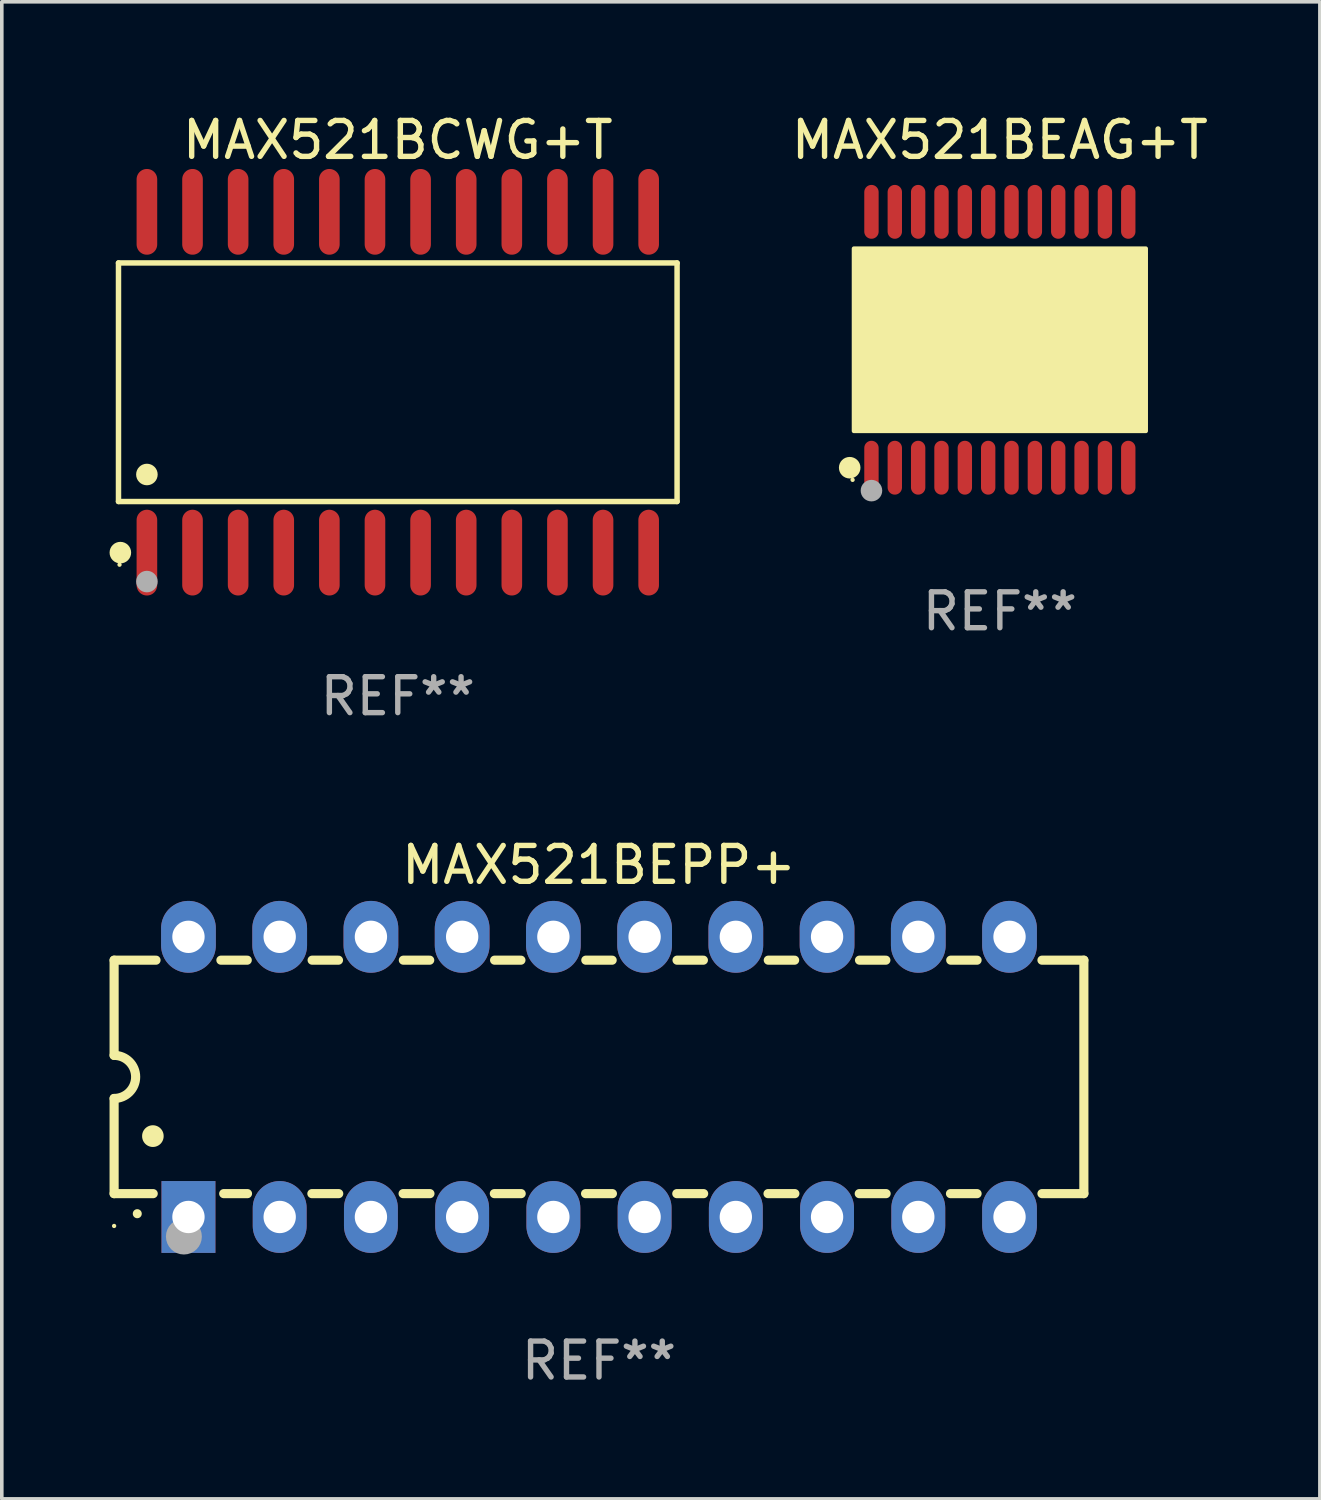
<source format=kicad_pcb>
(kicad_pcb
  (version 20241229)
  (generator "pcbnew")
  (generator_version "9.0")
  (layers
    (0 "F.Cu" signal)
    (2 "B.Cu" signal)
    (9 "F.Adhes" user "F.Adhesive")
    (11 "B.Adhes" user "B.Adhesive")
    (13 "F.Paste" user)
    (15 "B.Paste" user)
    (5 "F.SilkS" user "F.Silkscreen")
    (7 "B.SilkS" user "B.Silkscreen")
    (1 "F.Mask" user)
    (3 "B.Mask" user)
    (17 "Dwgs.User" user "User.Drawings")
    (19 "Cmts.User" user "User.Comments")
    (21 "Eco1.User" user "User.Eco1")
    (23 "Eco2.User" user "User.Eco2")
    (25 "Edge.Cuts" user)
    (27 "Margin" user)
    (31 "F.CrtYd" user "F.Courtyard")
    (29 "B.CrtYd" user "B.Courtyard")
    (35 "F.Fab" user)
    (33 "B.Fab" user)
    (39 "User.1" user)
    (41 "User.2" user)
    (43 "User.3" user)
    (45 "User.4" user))
  (footprint "MAX521BCWG+T"
    (layer "F.Cu")
    (at 8.025 7.592)
    (property "Reference" "MAX521BCWG+T" (at 0 -6.744 0) (layer "F.SilkS") (effects (font (size 1 1) (thickness 0.15))))
    (attr through_hole)
    (fp_line (start -7.776 -3.321) (end 7.776 -3.321) (stroke (width 0.152) (type solid)) (layer "F.SilkS"))
    (fp_line (start -7.776 3.321) (end -7.776 -3.321) (stroke (width 0.152) (type solid)) (layer "F.SilkS"))
    (fp_line (start 7.776 -3.321) (end 7.776 3.321) (stroke (width 0.152) (type solid)) (layer "F.SilkS"))
    (fp_line (start 7.776 3.321) (end -7.776 3.321) (stroke (width 0.152) (type solid)) (layer "F.SilkS"))
    (fp_circle (center -7.747 5.08) (end -7.717 5.08) (stroke (width 0.06) (type solid)) (fill no) (layer "F.SilkS"))
    (fp_circle (center -7.724 4.744) (end -7.574 4.744) (stroke (width 0.3) (type solid)) (fill no) (layer "F.SilkS"))
    (fp_circle (center -6.985 2.569) (end -6.835 2.569) (stroke (width 0.3) (type solid)) (fill no) (layer "F.SilkS"))
    (fp_circle (center -6.985 5.55) (end -6.835 5.55) (stroke (width 0.3) (type solid)) (fill no) (layer "F.Fab"))
    (fp_text user "REF**" (at 0 8.744 0) (layer "F.Fab") (effects (font (size 1 1) (thickness 0.15))))
    (pad "1" smd oval (at -6.985 4.744) (size 0.574 2.388) (layers "F.Cu" "F.Mask" "F.Paste"))
    (pad "2" smd oval (at -5.715 4.744) (size 0.574 2.388) (layers "F.Cu" "F.Mask" "F.Paste"))
    (pad "3" smd oval (at -4.445 4.744) (size 0.574 2.388) (layers "F.Cu" "F.Mask" "F.Paste"))
    (pad "4" smd oval (at -3.175 4.744) (size 0.574 2.388) (layers "F.Cu" "F.Mask" "F.Paste"))
    (pad "5" smd oval (at -1.905 4.744) (size 0.574 2.388) (layers "F.Cu" "F.Mask" "F.Paste"))
    (pad "6" smd oval (at -0.635 4.744) (size 0.574 2.388) (layers "F.Cu" "F.Mask" "F.Paste"))
    (pad "7" smd oval (at 0.635 4.744) (size 0.574 2.388) (layers "F.Cu" "F.Mask" "F.Paste"))
    (pad "8" smd oval (at 1.905 4.744) (size 0.574 2.388) (layers "F.Cu" "F.Mask" "F.Paste"))
    (pad "9" smd oval (at 3.175 4.744) (size 0.574 2.388) (layers "F.Cu" "F.Mask" "F.Paste"))
    (pad "10" smd oval (at 4.445 4.744) (size 0.574 2.388) (layers "F.Cu" "F.Mask" "F.Paste"))
    (pad "11" smd oval (at 5.715 4.744) (size 0.574 2.388) (layers "F.Cu" "F.Mask" "F.Paste"))
    (pad "12" smd oval (at 6.985 4.744) (size 0.574 2.388) (layers "F.Cu" "F.Mask" "F.Paste"))
    (pad "13" smd oval (at 6.985 -4.744) (size 0.574 2.388) (layers "F.Cu" "F.Mask" "F.Paste"))
    (pad "14" smd oval (at 5.715 -4.744) (size 0.574 2.388) (layers "F.Cu" "F.Mask" "F.Paste"))
    (pad "15" smd oval (at 4.445 -4.744) (size 0.574 2.388) (layers "F.Cu" "F.Mask" "F.Paste"))
    (pad "16" smd oval (at 3.175 -4.744) (size 0.574 2.388) (layers "F.Cu" "F.Mask" "F.Paste"))
    (pad "17" smd oval (at 1.905 -4.744) (size 0.574 2.388) (layers "F.Cu" "F.Mask" "F.Paste"))
    (pad "18" smd oval (at 0.635 -4.744) (size 0.574 2.388) (layers "F.Cu" "F.Mask" "F.Paste"))
    (pad "19" smd oval (at -0.635 -4.744) (size 0.574 2.388) (layers "F.Cu" "F.Mask" "F.Paste"))
    (pad "20" smd oval (at -1.905 -4.744) (size 0.574 2.388) (layers "F.Cu" "F.Mask" "F.Paste"))
    (pad "21" smd oval (at -3.175 -4.744) (size 0.574 2.388) (layers "F.Cu" "F.Mask" "F.Paste"))
    (pad "22" smd oval (at -4.445 -4.744) (size 0.574 2.388) (layers "F.Cu" "F.Mask" "F.Paste"))
    (pad "23" smd oval (at -5.715 -4.744) (size 0.574 2.388) (layers "F.Cu" "F.Mask" "F.Paste"))
    (pad "24" smd oval (at -6.985 -4.744) (size 0.574 2.388) (layers "F.Cu" "F.Mask" "F.Paste")))
  (footprint "MAX521BEPP+"
    (layer "F.Cu")
    (at 13.627 26.933)
    (property "Reference" "MAX521BEPP+" (at 0 -5.9 0) (layer "F.SilkS") (effects (font (size 1 1) (thickness 0.15))))
    (attr through_hole)
    (fp_line (start -13.5 -3.25) (end -12.333 -3.25) (stroke (width 0.254) (type solid)) (layer "F.SilkS"))
    (fp_line (start -13.5 -0.6) (end -13.5 -3.25) (stroke (width 0.254) (type solid)) (layer "F.SilkS"))
    (fp_line (start -13.5 3.25) (end -13.5 0.6) (stroke (width 0.254) (type solid)) (layer "F.SilkS"))
    (fp_line (start -13.5 3.25) (end -12.411 3.25) (stroke (width 0.254) (type solid)) (layer "F.SilkS"))
    (fp_line (start -10.527 -3.25) (end -9.793 -3.25) (stroke (width 0.254) (type solid)) (layer "F.SilkS"))
    (fp_line (start -10.449 3.25) (end -9.786 3.25) (stroke (width 0.254) (type solid)) (layer "F.SilkS"))
    (fp_line (start -7.994 3.25) (end -7.246 3.25) (stroke (width 0.254) (type solid)) (layer "F.SilkS"))
    (fp_line (start -7.987 -3.25) (end -7.253 -3.25) (stroke (width 0.254) (type solid)) (layer "F.SilkS"))
    (fp_line (start -5.454 3.25) (end -4.706 3.25) (stroke (width 0.254) (type solid)) (layer "F.SilkS"))
    (fp_line (start -5.447 -3.25) (end -4.713 -3.25) (stroke (width 0.254) (type solid)) (layer "F.SilkS"))
    (fp_line (start -2.914 3.25) (end -2.166 3.25) (stroke (width 0.254) (type solid)) (layer "F.SilkS"))
    (fp_line (start -2.907 -3.25) (end -2.173 -3.25) (stroke (width 0.254) (type solid)) (layer "F.SilkS"))
    (fp_line (start -0.374 3.25) (end 0.374 3.25) (stroke (width 0.254) (type solid)) (layer "F.SilkS"))
    (fp_line (start -0.367 -3.25) (end 0.367 -3.25) (stroke (width 0.254) (type solid)) (layer "F.SilkS"))
    (fp_line (start 2.166 3.25) (end 2.914 3.25) (stroke (width 0.254) (type solid)) (layer "F.SilkS"))
    (fp_line (start 2.173 -3.25) (end 2.907 -3.25) (stroke (width 0.254) (type solid)) (layer "F.SilkS"))
    (fp_line (start 4.706 3.25) (end 5.454 3.25) (stroke (width 0.254) (type solid)) (layer "F.SilkS"))
    (fp_line (start 4.713 -3.25) (end 5.447 -3.25) (stroke (width 0.254) (type solid)) (layer "F.SilkS"))
    (fp_line (start 7.246 3.25) (end 7.994 3.25) (stroke (width 0.254) (type solid)) (layer "F.SilkS"))
    (fp_line (start 7.253 -3.25) (end 7.987 -3.25) (stroke (width 0.254) (type solid)) (layer "F.SilkS"))
    (fp_line (start 9.786 3.25) (end 10.527 3.25) (stroke (width 0.254) (type solid)) (layer "F.SilkS"))
    (fp_line (start 9.793 -3.25) (end 10.527 -3.25) (stroke (width 0.254) (type solid)) (layer "F.SilkS"))
    (fp_line (start 12.333 -3.25) (end 13.5 -3.25) (stroke (width 0.254) (type solid)) (layer "F.SilkS"))
    (fp_line (start 12.333 3.25) (end 13.5 3.25) (stroke (width 0.254) (type solid)) (layer "F.SilkS"))
    (fp_line (start 13.5 -3.25) (end 13.5 3.25) (stroke (width 0.254) (type solid)) (layer "F.SilkS"))
    (fp_arc (start -13.500127 -0.599442) (mid -12.900406 0.000228) (end -13.500025 0.6) (stroke (width 0.254001) (type solid)) (layer "F.SilkS"))
    (fp_arc (start -12.854966 3.810008) (mid -12.854973 3.808738) (end -12.854966 3.807468) (stroke (width 0.25) (type solid)) (layer "F.SilkS"))
    (fp_arc (start -12.420625 1.651003) (mid -12.420636 1.648463) (end -12.420625 1.645923) (stroke (width 0.6) (type solid)) (layer "F.SilkS"))
    (fp_circle (center -13.5 4.15) (end -13.47 4.15) (stroke (width 0.06) (type solid)) (fill no) (layer "F.SilkS"))
    (fp_circle (center -11.557 4.445) (end -11.307 4.445) (stroke (width 0.5) (type solid)) (fill no) (layer "F.Fab"))
    (fp_text user "REF**" (at 0 7.9 0) (layer "F.Fab") (effects (font (size 1 1) (thickness 0.15))))
    (pad "1" thru_hole rect (at -11.43 3.9 90) (size 2 1.5) (drill 0.9) (layers "*.Cu" "*.Mask"))
    (pad "2" thru_hole oval (at -8.89 3.9 90) (size 2 1.5) (drill 0.9) (layers "*.Cu" "*.Mask"))
    (pad "3" thru_hole oval (at -6.35 3.9 90) (size 2 1.5) (drill 0.9) (layers "*.Cu" "*.Mask"))
    (pad "4" thru_hole oval (at -3.81 3.9 90) (size 2 1.5) (drill 0.9) (layers "*.Cu" "*.Mask"))
    (pad "5" thru_hole oval (at -1.27 3.9 90) (size 2 1.5) (drill 0.9) (layers "*.Cu" "*.Mask"))
    (pad "6" thru_hole oval (at 1.27 3.9 90) (size 2 1.5) (drill 0.9) (layers "*.Cu" "*.Mask"))
    (pad "7" thru_hole oval (at 3.81 3.9 90) (size 2 1.5) (drill 0.9) (layers "*.Cu" "*.Mask"))
    (pad "8" thru_hole oval (at 6.35 3.9 90) (size 2 1.5) (drill 0.9) (layers "*.Cu" "*.Mask"))
    (pad "9" thru_hole oval (at 8.89 3.9 90) (size 2 1.5) (drill 0.9) (layers "*.Cu" "*.Mask"))
    (pad "10" thru_hole oval (at 11.43 3.9 90) (size 2 1.524) (drill 0.9) (layers "*.Cu" "*.Mask"))
    (pad "11" thru_hole oval (at 11.43 -3.9 90) (size 2 1.524) (drill 0.9) (layers "*.Cu" "*.Mask"))
    (pad "12" thru_hole oval (at 8.89 -3.9 90) (size 2 1.524) (drill 0.9) (layers "*.Cu" "*.Mask"))
    (pad "13" thru_hole oval (at 6.35 -3.9 90) (size 2 1.524) (drill 0.9) (layers "*.Cu" "*.Mask"))
    (pad "14" thru_hole oval (at 3.81 -3.9 90) (size 2 1.524) (drill 0.9) (layers "*.Cu" "*.Mask"))
    (pad "15" thru_hole oval (at 1.27 -3.9 90) (size 2 1.524) (drill 0.9) (layers "*.Cu" "*.Mask"))
    (pad "16" thru_hole oval (at -1.27 -3.9 90) (size 2 1.524) (drill 0.9) (layers "*.Cu" "*.Mask"))
    (pad "17" thru_hole oval (at -3.81 -3.9 90) (size 2 1.524) (drill 0.9) (layers "*.Cu" "*.Mask"))
    (pad "18" thru_hole oval (at -6.35 -3.9 90) (size 2 1.524) (drill 0.9) (layers "*.Cu" "*.Mask"))
    (pad "19" thru_hole oval (at -8.89 -3.9 90) (size 2 1.524) (drill 0.9) (layers "*.Cu" "*.Mask"))
    (pad "20" thru_hole oval (at -11.43 -3.9 90) (size 2 1.524) (drill 0.9) (layers "*.Cu" "*.Mask")))
  (footprint "MAX521BEAG+T"
    (layer "F.Cu")
    (at 24.788 6.41)
    (property "Reference" "MAX521BEAG+T" (at 0 -5.562 0) (layer "F.SilkS") (effects (font (size 1 1) (thickness 0.15))))
    (attr through_hole)
    (fp_circle (center -4.181 3.562) (end -4.031 3.562) (stroke (width 0.3) (type solid)) (fill no) (layer "F.SilkS"))
    (fp_circle (center -4.1 3.9) (end -4.07 3.9) (stroke (width 0.06) (type solid)) (fill no) (layer "F.SilkS"))
    (fp_circle (center -3.575 1.819) (end -3.425 1.819) (stroke (width 0.3) (type solid)) (fill no) (layer "F.SilkS"))
    (fp_poly (pts (xy -4.064 -2.54) (xy 4.064 -2.54) (xy 4.064 2.54) (xy -4.064 2.54)) (stroke (width 0.12) (type solid)) (fill yes) (layer "F.SilkS"))
    (fp_circle (center -3.575 4.2) (end -3.425 4.2) (stroke (width 0.3) (type solid)) (fill no) (layer "F.Fab"))
    (fp_text user "REF**" (at 0 7.562 0) (layer "F.Fab") (effects (font (size 1 1) (thickness 0.15))))
    (pad "1" smd oval (at -3.575 3.562) (size 0.4 1.5) (layers "F.Cu" "F.Mask" "F.Paste"))
    (pad "2" smd oval (at -2.925 3.562) (size 0.4 1.5) (layers "F.Cu" "F.Mask" "F.Paste"))
    (pad "3" smd oval (at -2.275 3.562) (size 0.4 1.5) (layers "F.Cu" "F.Mask" "F.Paste"))
    (pad "4" smd oval (at -1.625 3.562) (size 0.4 1.5) (layers "F.Cu" "F.Mask" "F.Paste"))
    (pad "5" smd oval (at -0.975 3.562) (size 0.4 1.5) (layers "F.Cu" "F.Mask" "F.Paste"))
    (pad "6" smd oval (at -0.325 3.562) (size 0.4 1.5) (layers "F.Cu" "F.Mask" "F.Paste"))
    (pad "7" smd oval (at 0.325 3.562) (size 0.4 1.5) (layers "F.Cu" "F.Mask" "F.Paste"))
    (pad "8" smd oval (at 0.975 3.562) (size 0.4 1.5) (layers "F.Cu" "F.Mask" "F.Paste"))
    (pad "9" smd oval (at 1.625 3.562) (size 0.4 1.5) (layers "F.Cu" "F.Mask" "F.Paste"))
    (pad "10" smd oval (at 2.275 3.562) (size 0.4 1.5) (layers "F.Cu" "F.Mask" "F.Paste"))
    (pad "11" smd oval (at 2.925 3.562) (size 0.4 1.5) (layers "F.Cu" "F.Mask" "F.Paste"))
    (pad "12" smd oval (at 3.575 3.562) (size 0.4 1.5) (layers "F.Cu" "F.Mask" "F.Paste"))
    (pad "13" smd oval (at 3.575 -3.562) (size 0.4 1.5) (layers "F.Cu" "F.Mask" "F.Paste"))
    (pad "14" smd oval (at 2.925 -3.562) (size 0.4 1.5) (layers "F.Cu" "F.Mask" "F.Paste"))
    (pad "15" smd oval (at 2.275 -3.562) (size 0.4 1.5) (layers "F.Cu" "F.Mask" "F.Paste"))
    (pad "16" smd oval (at 1.625 -3.562) (size 0.4 1.5) (layers "F.Cu" "F.Mask" "F.Paste"))
    (pad "17" smd oval (at 0.975 -3.562) (size 0.4 1.5) (layers "F.Cu" "F.Mask" "F.Paste"))
    (pad "18" smd oval (at 0.325 -3.562) (size 0.4 1.5) (layers "F.Cu" "F.Mask" "F.Paste"))
    (pad "19" smd oval (at -0.325 -3.562) (size 0.4 1.5) (layers "F.Cu" "F.Mask" "F.Paste"))
    (pad "20" smd oval (at -0.975 -3.562) (size 0.4 1.5) (layers "F.Cu" "F.Mask" "F.Paste"))
    (pad "21" smd oval (at -1.625 -3.562) (size 0.4 1.5) (layers "F.Cu" "F.Mask" "F.Paste"))
    (pad "22" smd oval (at -2.275 -3.562) (size 0.4 1.5) (layers "F.Cu" "F.Mask" "F.Paste"))
    (pad "23" smd oval (at -2.925 -3.562) (size 0.4 1.5) (layers "F.Cu" "F.Mask" "F.Paste"))
    (pad "24" smd oval (at -3.575 -3.562) (size 0.4 1.5) (layers "F.Cu" "F.Mask" "F.Paste")))
  (gr_rect
    (start -3 -3)
    (end 33.698 38.681)
    (stroke (width 0.1) (type default))
    (fill no)
    (layer "Edge.Cuts")))
</source>
